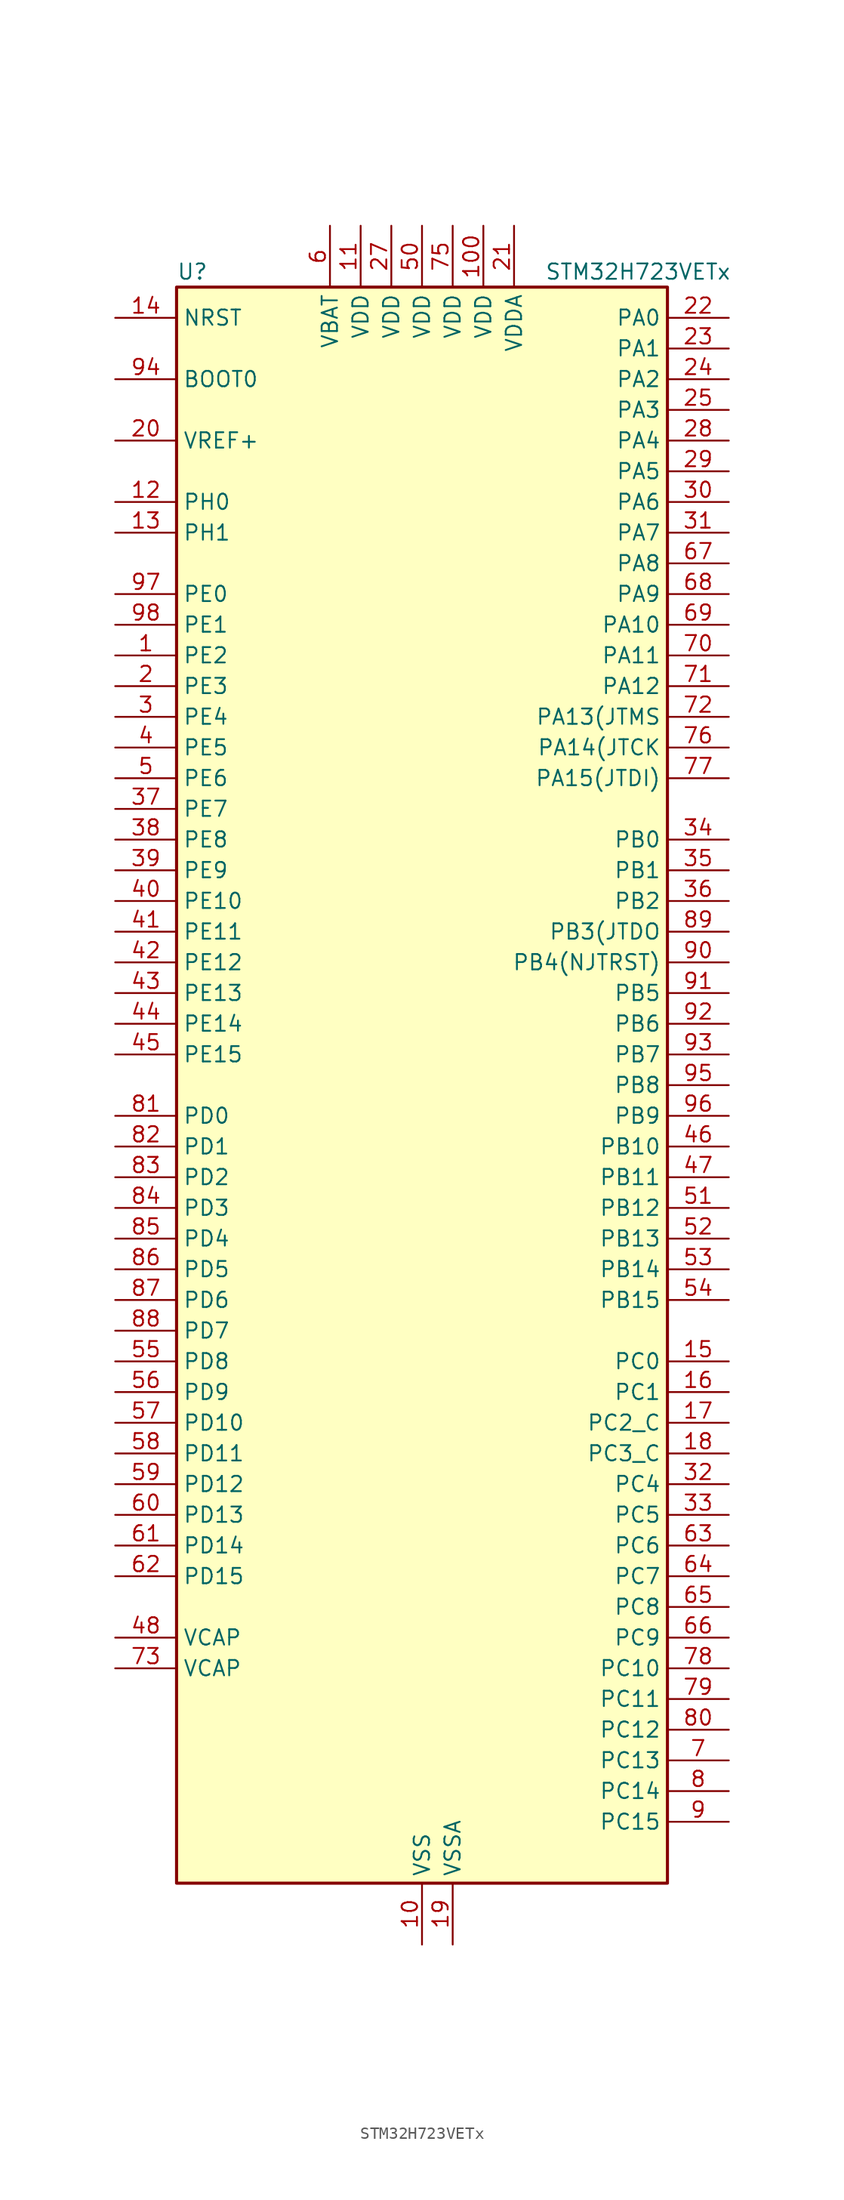
<source format=kicad_sym>
(kicad_symbol_lib
  (version 20231120)
  (generator "kicad_symbol_editor")
  (generator_version "8.0")
  (symbol "STM32H723VETx"
    (property "Reference" "U"
      (at -20.32 67.31 0)
      (effects (font (size 1.27 1.27)) (justify left)))
    (property "Value" "STM32H723VETx"
      (at 10.16 67.31 0)
      (effects (font (size 1.27 1.27)) (justify left)))
    (property "ki_locked" ""
      (at 0 0 0)
      (effects (font (size 1.27 1.27))))
    (symbol "STM32H723VETx_0_1"
      (rectangle (start -20.32 -66.04) (end 20.32 66.04) (stroke (width 0.254) (type default)) (fill (type background))))
    (symbol "STM32H723VETx_1_1"
      (pin bidirectional line (at -25.4 35.56 0) (length 5.08) (name "PE2" (effects (font (size 1.27 1.27)))) (number "1" (effects (font (size 1.27 1.27)))) (alternate "DEBUG_TRACECLK" bidirectional line) (alternate "ETH_TXD3" bidirectional line) (alternate "FMC_A23" bidirectional line) (alternate "OCTOSPIM_P1_IO2" bidirectional line) (alternate "SAI1_CK1" bidirectional line) (alternate "SAI1_MCLK_A" bidirectional line) (alternate "SAI4_CK1" bidirectional line) (alternate "SAI4_MCLK_A" bidirectional line) (alternate "SPI4_SCK" bidirectional line) (alternate "USART10_RX" bidirectional line))
      (pin power_in line (at 0 -71.12 90) (length 5.08) (name "VSS" (effects (font (size 1.27 1.27)))) (number "10" (effects (font (size 1.27 1.27)))))
      (pin power_in line (at 5.08 71.12 270) (length 5.08) (name "VDD" (effects (font (size 1.27 1.27)))) (number "100" (effects (font (size 1.27 1.27)))))
      (pin power_in line (at -5.08 71.12 270) (length 5.08) (name "VDD" (effects (font (size 1.27 1.27)))) (number "11" (effects (font (size 1.27 1.27)))))
      (pin bidirectional line (at -25.4 48.26 0) (length 5.08) (name "PH0" (effects (font (size 1.27 1.27)))) (number "12" (effects (font (size 1.27 1.27)))) (alternate "RCC_OSC_IN" bidirectional line))
      (pin bidirectional line (at -25.4 45.72 0) (length 5.08) (name "PH1" (effects (font (size 1.27 1.27)))) (number "13" (effects (font (size 1.27 1.27)))) (alternate "RCC_OSC_OUT" bidirectional line))
      (pin input line (at -25.4 63.5 0) (length 5.08) (name "NRST" (effects (font (size 1.27 1.27)))) (number "14" (effects (font (size 1.27 1.27)))))
      (pin bidirectional line (at 25.4 -22.86 180) (length 5.08) (name "PC0" (effects (font (size 1.27 1.27)))) (number "15" (effects (font (size 1.27 1.27)))) (alternate "ADC1_INP10" bidirectional line) (alternate "ADC2_INP10" bidirectional line) (alternate "ADC3_INP10" bidirectional line) (alternate "DFSDM1_CKIN0" bidirectional line) (alternate "DFSDM1_DATIN4" bidirectional line) (alternate "FMC_A25" bidirectional line) (alternate "FMC_D12" bidirectional line) (alternate "FMC_DA12" bidirectional line) (alternate "FMC_SDNWE" bidirectional line) (alternate "LTDC_G2" bidirectional line) (alternate "LTDC_R5" bidirectional line) (alternate "SAI4_FS_B" bidirectional line) (alternate "USB_OTG_HS_ULPI_STP" bidirectional line))
      (pin bidirectional line (at 25.4 -25.4 180) (length 5.08) (name "PC1" (effects (font (size 1.27 1.27)))) (number "16" (effects (font (size 1.27 1.27)))) (alternate "ADC1_INN10" bidirectional line) (alternate "ADC1_INP11" bidirectional line) (alternate "ADC2_INN10" bidirectional line) (alternate "ADC2_INP11" bidirectional line) (alternate "ADC3_INN10" bidirectional line) (alternate "ADC3_INP11" bidirectional line) (alternate "DEBUG_TRACED0" bidirectional line) (alternate "DFSDM1_CKIN4" bidirectional line) (alternate "DFSDM1_DATIN0" bidirectional line) (alternate "ETH_MDC" bidirectional line) (alternate "I2S2_SDO" bidirectional line) (alternate "LTDC_G5" bidirectional line) (alternate "MDIOS_MDC" bidirectional line) (alternate "OCTOSPIM_P1_IO4" bidirectional line) (alternate "PWR_WKUP6" bidirectional line) (alternate "RTC_TAMP3" bidirectional line) (alternate "SAI1_D1" bidirectional line) (alternate "SAI1_SD_A" bidirectional line) (alternate "SAI4_D1" bidirectional line) (alternate "SAI4_SD_A" bidirectional line) (alternate "SDMMC2_CK" bidirectional line) (alternate "SPI2_MOSI" bidirectional line))
      (pin bidirectional line (at 25.4 -27.94 180) (length 5.08) (name "PC2_C" (effects (font (size 1.27 1.27)))) (number "17" (effects (font (size 1.27 1.27)))) (alternate "ADC3_INN1" bidirectional line) (alternate "ADC3_INP0" bidirectional line) (alternate "DFSDM1_CKIN1" bidirectional line) (alternate "DFSDM1_CKOUT" bidirectional line) (alternate "ETH_TXD2" bidirectional line) (alternate "FMC_SDNE0" bidirectional line) (alternate "I2S2_SDI" bidirectional line) (alternate "OCTOSPIM_P1_IO2" bidirectional line) (alternate "OCTOSPIM_P1_IO5" bidirectional line) (alternate "PWR_CSTOP" bidirectional line) (alternate "SPI2_MISO" bidirectional line) (alternate "USB_OTG_HS_ULPI_DIR" bidirectional line))
      (pin bidirectional line (at 25.4 -30.48 180) (length 5.08) (name "PC3_C" (effects (font (size 1.27 1.27)))) (number "18" (effects (font (size 1.27 1.27)))) (alternate "ADC3_INP1" bidirectional line) (alternate "DFSDM1_DATIN1" bidirectional line) (alternate "ETH_TX_CLK" bidirectional line) (alternate "FMC_SDCKE0" bidirectional line) (alternate "I2S2_SDO" bidirectional line) (alternate "OCTOSPIM_P1_IO0" bidirectional line) (alternate "OCTOSPIM_P1_IO6" bidirectional line) (alternate "PWR_CSLEEP" bidirectional line) (alternate "SPI2_MOSI" bidirectional line) (alternate "USB_OTG_HS_ULPI_NXT" bidirectional line))
      (pin power_in line (at 2.54 -71.12 90) (length 5.08) (name "VSSA" (effects (font (size 1.27 1.27)))) (number "19" (effects (font (size 1.27 1.27)))))
      (pin bidirectional line (at -25.4 33.02 0) (length 5.08) (name "PE3" (effects (font (size 1.27 1.27)))) (number "2" (effects (font (size 1.27 1.27)))) (alternate "DEBUG_TRACED0" bidirectional line) (alternate "FMC_A19" bidirectional line) (alternate "SAI1_SD_B" bidirectional line) (alternate "SAI4_SD_B" bidirectional line) (alternate "TIM15_BKIN" bidirectional line) (alternate "USART10_TX" bidirectional line))
      (pin input line (at -25.4 53.34 0) (length 5.08) (name "VREF+" (effects (font (size 1.27 1.27)))) (number "20" (effects (font (size 1.27 1.27)))) (alternate "VREFBUF_OUT" bidirectional line))
      (pin power_in line (at 7.62 71.12 270) (length 5.08) (name "VDDA" (effects (font (size 1.27 1.27)))) (number "21" (effects (font (size 1.27 1.27)))))
      (pin bidirectional line (at 25.4 63.5 180) (length 5.08) (name "PA0" (effects (font (size 1.27 1.27)))) (number "22" (effects (font (size 1.27 1.27)))) (alternate "ADC1_INP16" bidirectional line) (alternate "ETH_CRS" bidirectional line) (alternate "FMC_A19" bidirectional line) (alternate "I2S6_WS" bidirectional line) (alternate "PWR_WKUP1" bidirectional line) (alternate "SAI4_SD_B" bidirectional line) (alternate "SDMMC2_CMD" bidirectional line) (alternate "SPI6_NSS" bidirectional line) (alternate "TIM15_BKIN" bidirectional line) (alternate "TIM2_CH1" bidirectional line) (alternate "TIM2_ETR" bidirectional line) (alternate "TIM5_CH1" bidirectional line) (alternate "TIM8_ETR" bidirectional line) (alternate "UART4_TX" bidirectional line) (alternate "USART2_CTS" bidirectional line) (alternate "USART2_NSS" bidirectional line))
      (pin bidirectional line (at 25.4 60.96 180) (length 5.08) (name "PA1" (effects (font (size 1.27 1.27)))) (number "23" (effects (font (size 1.27 1.27)))) (alternate "ADC1_INN16" bidirectional line) (alternate "ADC1_INP17" bidirectional line) (alternate "ETH_REF_CLK" bidirectional line) (alternate "ETH_RX_CLK" bidirectional line) (alternate "LPTIM3_OUT" bidirectional line) (alternate "LTDC_R2" bidirectional line) (alternate "OCTOSPIM_P1_DQS" bidirectional line) (alternate "OCTOSPIM_P1_IO3" bidirectional line) (alternate "SAI4_MCLK_B" bidirectional line) (alternate "TIM15_CH1N" bidirectional line) (alternate "TIM2_CH2" bidirectional line) (alternate "TIM5_CH2" bidirectional line) (alternate "UART4_RX" bidirectional line) (alternate "USART2_DE" bidirectional line) (alternate "USART2_RTS" bidirectional line))
      (pin bidirectional line (at 25.4 58.42 180) (length 5.08) (name "PA2" (effects (font (size 1.27 1.27)))) (number "24" (effects (font (size 1.27 1.27)))) (alternate "ADC1_INP14" bidirectional line) (alternate "ADC2_INP14" bidirectional line) (alternate "ETH_MDIO" bidirectional line) (alternate "LPTIM4_OUT" bidirectional line) (alternate "LTDC_R1" bidirectional line) (alternate "MDIOS_MDIO" bidirectional line) (alternate "OCTOSPIM_P1_IO0" bidirectional line) (alternate "PWR_WKUP2" bidirectional line) (alternate "SAI4_SCK_B" bidirectional line) (alternate "TIM15_CH1" bidirectional line) (alternate "TIM2_CH3" bidirectional line) (alternate "TIM5_CH3" bidirectional line) (alternate "USART2_TX" bidirectional line))
      (pin bidirectional line (at 25.4 55.88 180) (length 5.08) (name "PA3" (effects (font (size 1.27 1.27)))) (number "25" (effects (font (size 1.27 1.27)))) (alternate "ADC1_INP15" bidirectional line) (alternate "ADC2_INP15" bidirectional line) (alternate "ETH_COL" bidirectional line) (alternate "I2S6_MCK" bidirectional line) (alternate "LPTIM5_OUT" bidirectional line) (alternate "LTDC_B2" bidirectional line) (alternate "LTDC_B5" bidirectional line) (alternate "OCTOSPIM_P1_CLK" bidirectional line) (alternate "OCTOSPIM_P1_IO2" bidirectional line) (alternate "TIM15_CH2" bidirectional line) (alternate "TIM2_CH4" bidirectional line) (alternate "TIM5_CH4" bidirectional line) (alternate "USART2_RX" bidirectional line) (alternate "USB_OTG_HS_ULPI_D0" bidirectional line))
      (pin passive line (at 0 -71.12 90) (length 5.08) hide (name "VSS" (effects (font (size 1.27 1.27)))) (number "26" (effects (font (size 1.27 1.27)))))
      (pin power_in line (at -2.54 71.12 270) (length 5.08) (name "VDD" (effects (font (size 1.27 1.27)))) (number "27" (effects (font (size 1.27 1.27)))))
      (pin bidirectional line (at 25.4 53.34 180) (length 5.08) (name "PA4" (effects (font (size 1.27 1.27)))) (number "28" (effects (font (size 1.27 1.27)))) (alternate "ADC1_INP18" bidirectional line) (alternate "ADC2_INP18" bidirectional line) (alternate "DAC1_OUT1" bidirectional line) (alternate "DCMI_HSYNC" bidirectional line) (alternate "FMC_D8" bidirectional line) (alternate "FMC_DA8" bidirectional line) (alternate "I2S1_WS" bidirectional line) (alternate "I2S3_WS" bidirectional line) (alternate "I2S6_WS" bidirectional line) (alternate "LTDC_VSYNC" bidirectional line) (alternate "PSSI_DE" bidirectional line) (alternate "SPI1_NSS" bidirectional line) (alternate "SPI3_NSS" bidirectional line) (alternate "SPI6_NSS" bidirectional line) (alternate "TIM5_ETR" bidirectional line) (alternate "USART2_CK" bidirectional line))
      (pin bidirectional line (at 25.4 50.8 180) (length 5.08) (name "PA5" (effects (font (size 1.27 1.27)))) (number "29" (effects (font (size 1.27 1.27)))) (alternate "ADC1_INN18" bidirectional line) (alternate "ADC1_INP19" bidirectional line) (alternate "ADC2_INN18" bidirectional line) (alternate "ADC2_INP19" bidirectional line) (alternate "DAC1_OUT2" bidirectional line) (alternate "FMC_D9" bidirectional line) (alternate "FMC_DA9" bidirectional line) (alternate "I2S1_CK" bidirectional line) (alternate "I2S6_CK" bidirectional line) (alternate "LTDC_R4" bidirectional line) (alternate "PSSI_D14" bidirectional line) (alternate "PWR_NDSTOP2" bidirectional line) (alternate "SPI1_SCK" bidirectional line) (alternate "SPI6_SCK" bidirectional line) (alternate "TIM2_CH1" bidirectional line) (alternate "TIM2_ETR" bidirectional line) (alternate "TIM8_CH1N" bidirectional line) (alternate "USB_OTG_HS_ULPI_CK" bidirectional line))
      (pin bidirectional line (at -25.4 30.48 0) (length 5.08) (name "PE4" (effects (font (size 1.27 1.27)))) (number "3" (effects (font (size 1.27 1.27)))) (alternate "DCMI_D4" bidirectional line) (alternate "DEBUG_TRACED1" bidirectional line) (alternate "DFSDM1_DATIN3" bidirectional line) (alternate "FMC_A20" bidirectional line) (alternate "LTDC_B0" bidirectional line) (alternate "PSSI_D4" bidirectional line) (alternate "SAI1_D2" bidirectional line) (alternate "SAI1_FS_A" bidirectional line) (alternate "SAI4_D2" bidirectional line) (alternate "SAI4_FS_A" bidirectional line) (alternate "SPI4_NSS" bidirectional line) (alternate "TIM15_CH1N" bidirectional line))
      (pin bidirectional line (at 25.4 48.26 180) (length 5.08) (name "PA6" (effects (font (size 1.27 1.27)))) (number "30" (effects (font (size 1.27 1.27)))) (alternate "ADC1_INP3" bidirectional line) (alternate "ADC2_INP3" bidirectional line) (alternate "DCMI_PIXCLK" bidirectional line) (alternate "I2S1_SDI" bidirectional line) (alternate "I2S6_SDI" bidirectional line) (alternate "LTDC_G2" bidirectional line) (alternate "MDIOS_MDC" bidirectional line) (alternate "OCTOSPIM_P1_IO3" bidirectional line) (alternate "PSSI_PDCK" bidirectional line) (alternate "SPI1_MISO" bidirectional line) (alternate "SPI6_MISO" bidirectional line) (alternate "TIM13_CH1" bidirectional line) (alternate "TIM1_BKIN" bidirectional line) (alternate "TIM1_BKIN_COMP1" bidirectional line) (alternate "TIM1_BKIN_COMP2" bidirectional line) (alternate "TIM3_CH1" bidirectional line) (alternate "TIM8_BKIN" bidirectional line) (alternate "TIM8_BKIN_COMP1" bidirectional line) (alternate "TIM8_BKIN_COMP2" bidirectional line))
      (pin bidirectional line (at 25.4 45.72 180) (length 5.08) (name "PA7" (effects (font (size 1.27 1.27)))) (number "31" (effects (font (size 1.27 1.27)))) (alternate "ADC1_INN3" bidirectional line) (alternate "ADC1_INP7" bidirectional line) (alternate "ADC2_INN3" bidirectional line) (alternate "ADC2_INP7" bidirectional line) (alternate "ETH_CRS_DV" bidirectional line) (alternate "ETH_RX_DV" bidirectional line) (alternate "FMC_SDNWE" bidirectional line) (alternate "I2S1_SDO" bidirectional line) (alternate "I2S6_SDO" bidirectional line) (alternate "LTDC_VSYNC" bidirectional line) (alternate "OCTOSPIM_P1_IO2" bidirectional line) (alternate "OPAMP1_VINM" bidirectional line) (alternate "SPI1_MOSI" bidirectional line) (alternate "SPI6_MOSI" bidirectional line) (alternate "TIM14_CH1" bidirectional line) (alternate "TIM1_CH1N" bidirectional line) (alternate "TIM3_CH2" bidirectional line) (alternate "TIM8_CH1N" bidirectional line))
      (pin bidirectional line (at 25.4 -33.02 180) (length 5.08) (name "PC4" (effects (font (size 1.27 1.27)))) (number "32" (effects (font (size 1.27 1.27)))) (alternate "ADC1_INP4" bidirectional line) (alternate "ADC2_INP4" bidirectional line) (alternate "COMP1_INM" bidirectional line) (alternate "DFSDM1_CKIN2" bidirectional line) (alternate "ETH_RXD0" bidirectional line) (alternate "FMC_A22" bidirectional line) (alternate "FMC_SDNE0" bidirectional line) (alternate "I2S1_MCK" bidirectional line) (alternate "LTDC_R7" bidirectional line) (alternate "OPAMP1_VOUT" bidirectional line) (alternate "SDMMC2_CKIN" bidirectional line) (alternate "SPDIFRX1_IN2" bidirectional line))
      (pin bidirectional line (at 25.4 -35.56 180) (length 5.08) (name "PC5" (effects (font (size 1.27 1.27)))) (number "33" (effects (font (size 1.27 1.27)))) (alternate "ADC1_INN4" bidirectional line) (alternate "ADC1_INP8" bidirectional line) (alternate "ADC2_INN4" bidirectional line) (alternate "ADC2_INP8" bidirectional line) (alternate "COMP1_OUT" bidirectional line) (alternate "DFSDM1_DATIN2" bidirectional line) (alternate "ETH_RXD1" bidirectional line) (alternate "FMC_SDCKE0" bidirectional line) (alternate "LTDC_DE" bidirectional line) (alternate "OCTOSPIM_P1_DQS" bidirectional line) (alternate "OPAMP1_VINM" bidirectional line) (alternate "PSSI_D15" bidirectional line) (alternate "SAI1_D3" bidirectional line) (alternate "SAI4_D3" bidirectional line) (alternate "SPDIFRX1_IN3" bidirectional line))
      (pin bidirectional line (at 25.4 20.32 180) (length 5.08) (name "PB0" (effects (font (size 1.27 1.27)))) (number "34" (effects (font (size 1.27 1.27)))) (alternate "ADC1_INN5" bidirectional line) (alternate "ADC1_INP9" bidirectional line) (alternate "ADC2_INN5" bidirectional line) (alternate "ADC2_INP9" bidirectional line) (alternate "COMP1_INP" bidirectional line) (alternate "DFSDM1_CKOUT" bidirectional line) (alternate "ETH_RXD2" bidirectional line) (alternate "LTDC_G1" bidirectional line) (alternate "LTDC_R3" bidirectional line) (alternate "OCTOSPIM_P1_IO1" bidirectional line) (alternate "OPAMP1_VINP" bidirectional line) (alternate "TIM1_CH2N" bidirectional line) (alternate "TIM3_CH3" bidirectional line) (alternate "TIM8_CH2N" bidirectional line) (alternate "UART4_CTS" bidirectional line) (alternate "USB_OTG_HS_ULPI_D1" bidirectional line))
      (pin bidirectional line (at 25.4 17.78 180) (length 5.08) (name "PB1" (effects (font (size 1.27 1.27)))) (number "35" (effects (font (size 1.27 1.27)))) (alternate "ADC1_INP5" bidirectional line) (alternate "ADC2_INP5" bidirectional line) (alternate "COMP1_INM" bidirectional line) (alternate "DFSDM1_DATIN1" bidirectional line) (alternate "ETH_RXD3" bidirectional line) (alternate "LTDC_G0" bidirectional line) (alternate "LTDC_R6" bidirectional line) (alternate "OCTOSPIM_P1_IO0" bidirectional line) (alternate "TIM1_CH3N" bidirectional line) (alternate "TIM3_CH4" bidirectional line) (alternate "TIM8_CH3N" bidirectional line) (alternate "USB_OTG_HS_ULPI_D2" bidirectional line))
      (pin bidirectional line (at 25.4 15.24 180) (length 5.08) (name "PB2" (effects (font (size 1.27 1.27)))) (number "36" (effects (font (size 1.27 1.27)))) (alternate "COMP1_INP" bidirectional line) (alternate "DFSDM1_CKIN1" bidirectional line) (alternate "ETH_TX_ER" bidirectional line) (alternate "I2S3_SDO" bidirectional line) (alternate "OCTOSPIM_P1_CLK" bidirectional line) (alternate "OCTOSPIM_P1_DQS" bidirectional line) (alternate "RTC_OUT_ALARM" bidirectional line) (alternate "RTC_OUT_CALIB" bidirectional line) (alternate "SAI1_D1" bidirectional line) (alternate "SAI1_SD_A" bidirectional line) (alternate "SAI4_D1" bidirectional line) (alternate "SAI4_SD_A" bidirectional line) (alternate "SPI3_MOSI" bidirectional line) (alternate "TIM23_ETR" bidirectional line))
      (pin bidirectional line (at -25.4 22.86 0) (length 5.08) (name "PE7" (effects (font (size 1.27 1.27)))) (number "37" (effects (font (size 1.27 1.27)))) (alternate "COMP2_INM" bidirectional line) (alternate "DFSDM1_DATIN2" bidirectional line) (alternate "FMC_D4" bidirectional line) (alternate "FMC_DA4" bidirectional line) (alternate "OCTOSPIM_P1_IO4" bidirectional line) (alternate "OPAMP2_VOUT" bidirectional line) (alternate "TIM1_ETR" bidirectional line) (alternate "UART7_RX" bidirectional line))
      (pin bidirectional line (at -25.4 20.32 0) (length 5.08) (name "PE8" (effects (font (size 1.27 1.27)))) (number "38" (effects (font (size 1.27 1.27)))) (alternate "COMP2_OUT" bidirectional line) (alternate "DFSDM1_CKIN2" bidirectional line) (alternate "FMC_D5" bidirectional line) (alternate "FMC_DA5" bidirectional line) (alternate "OCTOSPIM_P1_IO5" bidirectional line) (alternate "OPAMP2_VINM" bidirectional line) (alternate "TIM1_CH1N" bidirectional line) (alternate "UART7_TX" bidirectional line))
      (pin bidirectional line (at -25.4 17.78 0) (length 5.08) (name "PE9" (effects (font (size 1.27 1.27)))) (number "39" (effects (font (size 1.27 1.27)))) (alternate "COMP2_INP" bidirectional line) (alternate "DAC1_EXTI9" bidirectional line) (alternate "DFSDM1_CKOUT" bidirectional line) (alternate "FMC_D6" bidirectional line) (alternate "FMC_DA6" bidirectional line) (alternate "OCTOSPIM_P1_IO6" bidirectional line) (alternate "OPAMP2_VINP" bidirectional line) (alternate "TIM1_CH1" bidirectional line) (alternate "UART7_DE" bidirectional line) (alternate "UART7_RTS" bidirectional line))
      (pin bidirectional line (at -25.4 27.94 0) (length 5.08) (name "PE5" (effects (font (size 1.27 1.27)))) (number "4" (effects (font (size 1.27 1.27)))) (alternate "DCMI_D6" bidirectional line) (alternate "DEBUG_TRACED2" bidirectional line) (alternate "DFSDM1_CKIN3" bidirectional line) (alternate "FMC_A21" bidirectional line) (alternate "LTDC_G0" bidirectional line) (alternate "PSSI_D6" bidirectional line) (alternate "SAI1_CK2" bidirectional line) (alternate "SAI1_SCK_A" bidirectional line) (alternate "SAI4_CK2" bidirectional line) (alternate "SAI4_SCK_A" bidirectional line) (alternate "SPI4_MISO" bidirectional line) (alternate "TIM15_CH1" bidirectional line))
      (pin bidirectional line (at -25.4 15.24 0) (length 5.08) (name "PE10" (effects (font (size 1.27 1.27)))) (number "40" (effects (font (size 1.27 1.27)))) (alternate "COMP2_INM" bidirectional line) (alternate "DFSDM1_DATIN4" bidirectional line) (alternate "FMC_D7" bidirectional line) (alternate "FMC_DA7" bidirectional line) (alternate "OCTOSPIM_P1_IO7" bidirectional line) (alternate "TIM1_CH2N" bidirectional line) (alternate "UART7_CTS" bidirectional line))
      (pin bidirectional line (at -25.4 12.7 0) (length 5.08) (name "PE11" (effects (font (size 1.27 1.27)))) (number "41" (effects (font (size 1.27 1.27)))) (alternate "ADC1_EXTI11" bidirectional line) (alternate "ADC2_EXTI11" bidirectional line) (alternate "ADC3_EXTI11" bidirectional line) (alternate "COMP2_INP" bidirectional line) (alternate "DFSDM1_CKIN4" bidirectional line) (alternate "FMC_D8" bidirectional line) (alternate "FMC_DA8" bidirectional line) (alternate "LTDC_G3" bidirectional line) (alternate "OCTOSPIM_P1_NCS" bidirectional line) (alternate "SAI4_SD_B" bidirectional line) (alternate "SPI4_NSS" bidirectional line) (alternate "TIM1_CH2" bidirectional line))
      (pin bidirectional line (at -25.4 10.16 0) (length 5.08) (name "PE12" (effects (font (size 1.27 1.27)))) (number "42" (effects (font (size 1.27 1.27)))) (alternate "COMP1_OUT" bidirectional line) (alternate "DFSDM1_DATIN5" bidirectional line) (alternate "FMC_D9" bidirectional line) (alternate "FMC_DA9" bidirectional line) (alternate "LTDC_B4" bidirectional line) (alternate "SAI4_SCK_B" bidirectional line) (alternate "SPI4_SCK" bidirectional line) (alternate "TIM1_CH3N" bidirectional line))
      (pin bidirectional line (at -25.4 7.62 0) (length 5.08) (name "PE13" (effects (font (size 1.27 1.27)))) (number "43" (effects (font (size 1.27 1.27)))) (alternate "COMP2_OUT" bidirectional line) (alternate "DFSDM1_CKIN5" bidirectional line) (alternate "FMC_D10" bidirectional line) (alternate "FMC_DA10" bidirectional line) (alternate "LTDC_DE" bidirectional line) (alternate "SAI4_FS_B" bidirectional line) (alternate "SPI4_MISO" bidirectional line) (alternate "TIM1_CH3" bidirectional line))
      (pin bidirectional line (at -25.4 5.08 0) (length 5.08) (name "PE14" (effects (font (size 1.27 1.27)))) (number "44" (effects (font (size 1.27 1.27)))) (alternate "FMC_D11" bidirectional line) (alternate "FMC_DA11" bidirectional line) (alternate "LTDC_CLK" bidirectional line) (alternate "SAI4_MCLK_B" bidirectional line) (alternate "SPI4_MOSI" bidirectional line) (alternate "TIM1_CH4" bidirectional line))
      (pin bidirectional line (at -25.4 2.54 0) (length 5.08) (name "PE15" (effects (font (size 1.27 1.27)))) (number "45" (effects (font (size 1.27 1.27)))) (alternate "ADC1_EXTI15" bidirectional line) (alternate "ADC2_EXTI15" bidirectional line) (alternate "ADC3_EXTI15" bidirectional line) (alternate "FMC_D12" bidirectional line) (alternate "FMC_DA12" bidirectional line) (alternate "LTDC_R7" bidirectional line) (alternate "TIM1_BKIN" bidirectional line) (alternate "TIM1_BKIN_COMP1" bidirectional line) (alternate "TIM1_BKIN_COMP2" bidirectional line) (alternate "USART10_CK" bidirectional line))
      (pin bidirectional line (at 25.4 -5.08 180) (length 5.08) (name "PB10" (effects (font (size 1.27 1.27)))) (number "46" (effects (font (size 1.27 1.27)))) (alternate "DFSDM1_DATIN7" bidirectional line) (alternate "ETH_RX_ER" bidirectional line) (alternate "I2C2_SCL" bidirectional line) (alternate "I2S2_CK" bidirectional line) (alternate "LPTIM2_IN1" bidirectional line) (alternate "LTDC_G4" bidirectional line) (alternate "OCTOSPIM_P1_NCS" bidirectional line) (alternate "SPI2_SCK" bidirectional line) (alternate "TIM2_CH3" bidirectional line) (alternate "USART3_TX" bidirectional line) (alternate "USB_OTG_HS_ULPI_D3" bidirectional line))
      (pin bidirectional line (at 25.4 -7.62 180) (length 5.08) (name "PB11" (effects (font (size 1.27 1.27)))) (number "47" (effects (font (size 1.27 1.27)))) (alternate "ADC1_EXTI11" bidirectional line) (alternate "ADC2_EXTI11" bidirectional line) (alternate "ADC3_EXTI11" bidirectional line) (alternate "DFSDM1_CKIN7" bidirectional line) (alternate "ETH_TX_EN" bidirectional line) (alternate "I2C2_SDA" bidirectional line) (alternate "LPTIM2_ETR" bidirectional line) (alternate "LTDC_G5" bidirectional line) (alternate "TIM2_CH4" bidirectional line) (alternate "USART3_RX" bidirectional line) (alternate "USB_OTG_HS_ULPI_D4" bidirectional line))
      (pin power_out line (at -25.4 -45.72 0) (length 5.08) (name "VCAP" (effects (font (size 1.27 1.27)))) (number "48" (effects (font (size 1.27 1.27)))))
      (pin passive line (at 0 -71.12 90) (length 5.08) hide (name "VSS" (effects (font (size 1.27 1.27)))) (number "49" (effects (font (size 1.27 1.27)))))
      (pin bidirectional line (at -25.4 25.4 0) (length 5.08) (name "PE6" (effects (font (size 1.27 1.27)))) (number "5" (effects (font (size 1.27 1.27)))) (alternate "DCMI_D7" bidirectional line) (alternate "DEBUG_TRACED3" bidirectional line) (alternate "FMC_A22" bidirectional line) (alternate "LTDC_G1" bidirectional line) (alternate "PSSI_D7" bidirectional line) (alternate "SAI1_D1" bidirectional line) (alternate "SAI1_SD_A" bidirectional line) (alternate "SAI4_D1" bidirectional line) (alternate "SAI4_MCLK_B" bidirectional line) (alternate "SAI4_SD_A" bidirectional line) (alternate "SPI4_MOSI" bidirectional line) (alternate "TIM15_CH2" bidirectional line) (alternate "TIM1_BKIN2" bidirectional line) (alternate "TIM1_BKIN2_COMP1" bidirectional line) (alternate "TIM1_BKIN2_COMP2" bidirectional line))
      (pin power_in line (at 0 71.12 270) (length 5.08) (name "VDD" (effects (font (size 1.27 1.27)))) (number "50" (effects (font (size 1.27 1.27)))))
      (pin bidirectional line (at 25.4 -10.16 180) (length 5.08) (name "PB12" (effects (font (size 1.27 1.27)))) (number "51" (effects (font (size 1.27 1.27)))) (alternate "DFSDM1_DATIN1" bidirectional line) (alternate "ETH_TXD0" bidirectional line) (alternate "FDCAN2_RX" bidirectional line) (alternate "I2C2_SMBA" bidirectional line) (alternate "I2S2_WS" bidirectional line) (alternate "OCTOSPIM_P1_IO0" bidirectional line) (alternate "OCTOSPIM_P1_NCLK" bidirectional line) (alternate "SPI2_NSS" bidirectional line) (alternate "TIM1_BKIN" bidirectional line) (alternate "TIM1_BKIN_COMP1" bidirectional line) (alternate "TIM1_BKIN_COMP2" bidirectional line) (alternate "UART5_RX" bidirectional line) (alternate "USART3_CK" bidirectional line) (alternate "USB_OTG_HS_ULPI_D5" bidirectional line))
      (pin bidirectional line (at 25.4 -12.7 180) (length 5.08) (name "PB13" (effects (font (size 1.27 1.27)))) (number "52" (effects (font (size 1.27 1.27)))) (alternate "DCMI_D2" bidirectional line) (alternate "DFSDM1_CKIN1" bidirectional line) (alternate "ETH_TXD1" bidirectional line) (alternate "FDCAN2_TX" bidirectional line) (alternate "I2S2_CK" bidirectional line) (alternate "LPTIM2_OUT" bidirectional line) (alternate "OCTOSPIM_P1_IO2" bidirectional line) (alternate "PSSI_D2" bidirectional line) (alternate "SDMMC1_D0" bidirectional line) (alternate "SPI2_SCK" bidirectional line) (alternate "TIM1_CH1N" bidirectional line) (alternate "UART5_TX" bidirectional line) (alternate "USART3_CTS" bidirectional line) (alternate "USART3_NSS" bidirectional line) (alternate "USB_OTG_HS_ULPI_D6" bidirectional line))
      (pin bidirectional line (at 25.4 -15.24 180) (length 5.08) (name "PB14" (effects (font (size 1.27 1.27)))) (number "53" (effects (font (size 1.27 1.27)))) (alternate "DFSDM1_DATIN2" bidirectional line) (alternate "FMC_D10" bidirectional line) (alternate "FMC_DA10" bidirectional line) (alternate "I2S2_SDI" bidirectional line) (alternate "LTDC_CLK" bidirectional line) (alternate "SDMMC2_D0" bidirectional line) (alternate "SPI2_MISO" bidirectional line) (alternate "TIM12_CH1" bidirectional line) (alternate "TIM1_CH2N" bidirectional line) (alternate "TIM8_CH2N" bidirectional line) (alternate "UART4_DE" bidirectional line) (alternate "UART4_RTS" bidirectional line) (alternate "USART1_TX" bidirectional line) (alternate "USART3_DE" bidirectional line) (alternate "USART3_RTS" bidirectional line))
      (pin bidirectional line (at 25.4 -17.78 180) (length 5.08) (name "PB15" (effects (font (size 1.27 1.27)))) (number "54" (effects (font (size 1.27 1.27)))) (alternate "ADC1_EXTI15" bidirectional line) (alternate "ADC2_EXTI15" bidirectional line) (alternate "ADC3_EXTI15" bidirectional line) (alternate "DFSDM1_CKIN2" bidirectional line) (alternate "FMC_D11" bidirectional line) (alternate "FMC_DA11" bidirectional line) (alternate "I2S2_SDO" bidirectional line) (alternate "LTDC_G7" bidirectional line) (alternate "RTC_REFIN" bidirectional line) (alternate "SDMMC2_D1" bidirectional line) (alternate "SPI2_MOSI" bidirectional line) (alternate "TIM12_CH2" bidirectional line) (alternate "TIM1_CH3N" bidirectional line) (alternate "TIM8_CH3N" bidirectional line) (alternate "UART4_CTS" bidirectional line) (alternate "USART1_RX" bidirectional line))
      (pin bidirectional line (at -25.4 -22.86 0) (length 5.08) (name "PD8" (effects (font (size 1.27 1.27)))) (number "55" (effects (font (size 1.27 1.27)))) (alternate "DFSDM1_CKIN3" bidirectional line) (alternate "FMC_D13" bidirectional line) (alternate "FMC_DA13" bidirectional line) (alternate "SPDIFRX1_IN1" bidirectional line) (alternate "USART3_TX" bidirectional line))
      (pin bidirectional line (at -25.4 -25.4 0) (length 5.08) (name "PD9" (effects (font (size 1.27 1.27)))) (number "56" (effects (font (size 1.27 1.27)))) (alternate "DAC1_EXTI9" bidirectional line) (alternate "DFSDM1_DATIN3" bidirectional line) (alternate "FMC_D14" bidirectional line) (alternate "FMC_DA14" bidirectional line) (alternate "USART3_RX" bidirectional line))
      (pin bidirectional line (at -25.4 -27.94 0) (length 5.08) (name "PD10" (effects (font (size 1.27 1.27)))) (number "57" (effects (font (size 1.27 1.27)))) (alternate "DFSDM1_CKOUT" bidirectional line) (alternate "FMC_D15" bidirectional line) (alternate "FMC_DA15" bidirectional line) (alternate "LTDC_B3" bidirectional line) (alternate "USART3_CK" bidirectional line))
      (pin bidirectional line (at -25.4 -30.48 0) (length 5.08) (name "PD11" (effects (font (size 1.27 1.27)))) (number "58" (effects (font (size 1.27 1.27)))) (alternate "ADC1_EXTI11" bidirectional line) (alternate "ADC2_EXTI11" bidirectional line) (alternate "ADC3_EXTI11" bidirectional line) (alternate "FMC_A16" bidirectional line) (alternate "FMC_CLE" bidirectional line) (alternate "I2C4_SMBA" bidirectional line) (alternate "LPTIM2_IN2" bidirectional line) (alternate "OCTOSPIM_P1_IO0" bidirectional line) (alternate "SAI4_SD_A" bidirectional line) (alternate "USART3_CTS" bidirectional line) (alternate "USART3_NSS" bidirectional line))
      (pin bidirectional line (at -25.4 -33.02 0) (length 5.08) (name "PD12" (effects (font (size 1.27 1.27)))) (number "59" (effects (font (size 1.27 1.27)))) (alternate "DCMI_D12" bidirectional line) (alternate "FDCAN3_RX" bidirectional line) (alternate "FMC_A17" bidirectional line) (alternate "FMC_ALE" bidirectional line) (alternate "I2C4_SCL" bidirectional line) (alternate "LPTIM1_IN1" bidirectional line) (alternate "LPTIM2_IN1" bidirectional line) (alternate "OCTOSPIM_P1_IO1" bidirectional line) (alternate "PSSI_D12" bidirectional line) (alternate "SAI4_FS_A" bidirectional line) (alternate "TIM4_CH1" bidirectional line) (alternate "USART3_DE" bidirectional line) (alternate "USART3_RTS" bidirectional line))
      (pin power_in line (at -7.62 71.12 270) (length 5.08) (name "VBAT" (effects (font (size 1.27 1.27)))) (number "6" (effects (font (size 1.27 1.27)))))
      (pin bidirectional line (at -25.4 -35.56 0) (length 5.08) (name "PD13" (effects (font (size 1.27 1.27)))) (number "60" (effects (font (size 1.27 1.27)))) (alternate "DCMI_D13" bidirectional line) (alternate "FDCAN3_TX" bidirectional line) (alternate "FMC_A18" bidirectional line) (alternate "I2C4_SDA" bidirectional line) (alternate "LPTIM1_OUT" bidirectional line) (alternate "OCTOSPIM_P1_IO3" bidirectional line) (alternate "PSSI_D13" bidirectional line) (alternate "SAI4_SCK_A" bidirectional line) (alternate "TIM4_CH2" bidirectional line) (alternate "UART9_DE" bidirectional line) (alternate "UART9_RTS" bidirectional line))
      (pin bidirectional line (at -25.4 -38.1 0) (length 5.08) (name "PD14" (effects (font (size 1.27 1.27)))) (number "61" (effects (font (size 1.27 1.27)))) (alternate "FMC_D0" bidirectional line) (alternate "FMC_DA0" bidirectional line) (alternate "TIM4_CH3" bidirectional line) (alternate "UART8_CTS" bidirectional line) (alternate "UART9_RX" bidirectional line))
      (pin bidirectional line (at -25.4 -40.64 0) (length 5.08) (name "PD15" (effects (font (size 1.27 1.27)))) (number "62" (effects (font (size 1.27 1.27)))) (alternate "ADC1_EXTI15" bidirectional line) (alternate "ADC2_EXTI15" bidirectional line) (alternate "ADC3_EXTI15" bidirectional line) (alternate "FMC_D1" bidirectional line) (alternate "FMC_DA1" bidirectional line) (alternate "TIM4_CH4" bidirectional line) (alternate "UART8_DE" bidirectional line) (alternate "UART8_RTS" bidirectional line) (alternate "UART9_TX" bidirectional line))
      (pin bidirectional line (at 25.4 -38.1 180) (length 5.08) (name "PC6" (effects (font (size 1.27 1.27)))) (number "63" (effects (font (size 1.27 1.27)))) (alternate "DCMI_D0" bidirectional line) (alternate "DFSDM1_CKIN3" bidirectional line) (alternate "FMC_NWAIT" bidirectional line) (alternate "I2S2_MCK" bidirectional line) (alternate "LTDC_HSYNC" bidirectional line) (alternate "PSSI_D0" bidirectional line) (alternate "SDMMC1_D0DIR" bidirectional line) (alternate "SDMMC1_D6" bidirectional line) (alternate "SDMMC2_D6" bidirectional line) (alternate "SWPMI1_IO" bidirectional line) (alternate "TIM3_CH1" bidirectional line) (alternate "TIM8_CH1" bidirectional line) (alternate "USART6_TX" bidirectional line))
      (pin bidirectional line (at 25.4 -40.64 180) (length 5.08) (name "PC7" (effects (font (size 1.27 1.27)))) (number "64" (effects (font (size 1.27 1.27)))) (alternate "DCMI_D1" bidirectional line) (alternate "DEBUG_TRGIO" bidirectional line) (alternate "DFSDM1_DATIN3" bidirectional line) (alternate "FMC_NE1" bidirectional line) (alternate "I2S3_MCK" bidirectional line) (alternate "LTDC_G6" bidirectional line) (alternate "PSSI_D1" bidirectional line) (alternate "SDMMC1_D123DIR" bidirectional line) (alternate "SDMMC1_D7" bidirectional line) (alternate "SDMMC2_D7" bidirectional line) (alternate "SWPMI1_TX" bidirectional line) (alternate "TIM3_CH2" bidirectional line) (alternate "TIM8_CH2" bidirectional line) (alternate "USART6_RX" bidirectional line))
      (pin bidirectional line (at 25.4 -43.18 180) (length 5.08) (name "PC8" (effects (font (size 1.27 1.27)))) (number "65" (effects (font (size 1.27 1.27)))) (alternate "DCMI_D2" bidirectional line) (alternate "DEBUG_TRACED1" bidirectional line) (alternate "FMC_INT" bidirectional line) (alternate "FMC_NCE" bidirectional line) (alternate "FMC_NE2" bidirectional line) (alternate "PSSI_D2" bidirectional line) (alternate "SDMMC1_D0" bidirectional line) (alternate "SWPMI1_RX" bidirectional line) (alternate "TIM3_CH3" bidirectional line) (alternate "TIM8_CH3" bidirectional line) (alternate "UART5_DE" bidirectional line) (alternate "UART5_RTS" bidirectional line) (alternate "USART6_CK" bidirectional line))
      (pin bidirectional line (at 25.4 -45.72 180) (length 5.08) (name "PC9" (effects (font (size 1.27 1.27)))) (number "66" (effects (font (size 1.27 1.27)))) (alternate "DAC1_EXTI9" bidirectional line) (alternate "DCMI_D3" bidirectional line) (alternate "I2C3_SDA" bidirectional line) (alternate "I2C5_SDA" bidirectional line) (alternate "I2S_CKIN" bidirectional line) (alternate "LTDC_B2" bidirectional line) (alternate "LTDC_G3" bidirectional line) (alternate "OCTOSPIM_P1_IO0" bidirectional line) (alternate "PSSI_D3" bidirectional line) (alternate "RCC_MCO_2" bidirectional line) (alternate "SDMMC1_D1" bidirectional line) (alternate "SWPMI1_SUSPEND" bidirectional line) (alternate "TIM3_CH4" bidirectional line) (alternate "TIM8_CH4" bidirectional line) (alternate "UART5_CTS" bidirectional line))
      (pin bidirectional line (at 25.4 43.18 180) (length 5.08) (name "PA8" (effects (font (size 1.27 1.27)))) (number "67" (effects (font (size 1.27 1.27)))) (alternate "I2C3_SCL" bidirectional line) (alternate "I2C5_SCL" bidirectional line) (alternate "LTDC_B3" bidirectional line) (alternate "LTDC_R6" bidirectional line) (alternate "RCC_MCO_1" bidirectional line) (alternate "TIM1_CH1" bidirectional line) (alternate "TIM8_BKIN2" bidirectional line) (alternate "TIM8_BKIN2_COMP1" bidirectional line) (alternate "TIM8_BKIN2_COMP2" bidirectional line) (alternate "UART7_RX" bidirectional line) (alternate "USART1_CK" bidirectional line) (alternate "USB_OTG_HS_SOF" bidirectional line))
      (pin bidirectional line (at 25.4 40.64 180) (length 5.08) (name "PA9" (effects (font (size 1.27 1.27)))) (number "68" (effects (font (size 1.27 1.27)))) (alternate "DAC1_EXTI9" bidirectional line) (alternate "DCMI_D0" bidirectional line) (alternate "ETH_TX_ER" bidirectional line) (alternate "I2C3_SMBA" bidirectional line) (alternate "I2C5_SMBA" bidirectional line) (alternate "I2S2_CK" bidirectional line) (alternate "LPUART1_TX" bidirectional line) (alternate "LTDC_R5" bidirectional line) (alternate "PSSI_D0" bidirectional line) (alternate "SPI2_SCK" bidirectional line) (alternate "TIM1_CH2" bidirectional line) (alternate "USART1_TX" bidirectional line) (alternate "USB_OTG_HS_VBUS" bidirectional line))
      (pin bidirectional line (at 25.4 38.1 180) (length 5.08) (name "PA10" (effects (font (size 1.27 1.27)))) (number "69" (effects (font (size 1.27 1.27)))) (alternate "DCMI_D1" bidirectional line) (alternate "LPUART1_RX" bidirectional line) (alternate "LTDC_B1" bidirectional line) (alternate "LTDC_B4" bidirectional line) (alternate "MDIOS_MDIO" bidirectional line) (alternate "PSSI_D1" bidirectional line) (alternate "TIM1_CH3" bidirectional line) (alternate "USART1_RX" bidirectional line) (alternate "USB_OTG_HS_ID" bidirectional line))
      (pin bidirectional line (at 25.4 -55.88 180) (length 5.08) (name "PC13" (effects (font (size 1.27 1.27)))) (number "7" (effects (font (size 1.27 1.27)))) (alternate "PWR_WKUP4" bidirectional line) (alternate "RTC_OUT_ALARM" bidirectional line) (alternate "RTC_OUT_CALIB" bidirectional line) (alternate "RTC_TAMP1" bidirectional line) (alternate "RTC_TS" bidirectional line))
      (pin bidirectional line (at 25.4 35.56 180) (length 5.08) (name "PA11" (effects (font (size 1.27 1.27)))) (number "70" (effects (font (size 1.27 1.27)))) (alternate "ADC1_EXTI11" bidirectional line) (alternate "ADC2_EXTI11" bidirectional line) (alternate "ADC3_EXTI11" bidirectional line) (alternate "FDCAN1_RX" bidirectional line) (alternate "I2S2_WS" bidirectional line) (alternate "LPUART1_CTS" bidirectional line) (alternate "LTDC_R4" bidirectional line) (alternate "SPI2_NSS" bidirectional line) (alternate "TIM1_CH4" bidirectional line) (alternate "UART4_RX" bidirectional line) (alternate "USART1_CTS" bidirectional line) (alternate "USART1_NSS" bidirectional line) (alternate "USB_OTG_HS_DM" bidirectional line))
      (pin bidirectional line (at 25.4 33.02 180) (length 5.08) (name "PA12" (effects (font (size 1.27 1.27)))) (number "71" (effects (font (size 1.27 1.27)))) (alternate "FDCAN1_TX" bidirectional line) (alternate "I2S2_CK" bidirectional line) (alternate "LPUART1_DE" bidirectional line) (alternate "LPUART1_RTS" bidirectional line) (alternate "LTDC_R5" bidirectional line) (alternate "SAI4_FS_B" bidirectional line) (alternate "SPI2_SCK" bidirectional line) (alternate "TIM1_BKIN2" bidirectional line) (alternate "TIM1_ETR" bidirectional line) (alternate "UART4_TX" bidirectional line) (alternate "USART1_DE" bidirectional line) (alternate "USART1_RTS" bidirectional line) (alternate "USB_OTG_HS_DP" bidirectional line))
      (pin bidirectional line (at 25.4 30.48 180) (length 5.08) (name "PA13(JTMS" (effects (font (size 1.27 1.27)))) (number "72" (effects (font (size 1.27 1.27)))) (alternate "DEBUG_JTMS-SWDIO" bidirectional line))
      (pin power_out line (at -25.4 -48.26 0) (length 5.08) (name "VCAP" (effects (font (size 1.27 1.27)))) (number "73" (effects (font (size 1.27 1.27)))))
      (pin passive line (at 0 -71.12 90) (length 5.08) hide (name "VSS" (effects (font (size 1.27 1.27)))) (number "74" (effects (font (size 1.27 1.27)))))
      (pin power_in line (at 2.54 71.12 270) (length 5.08) (name "VDD" (effects (font (size 1.27 1.27)))) (number "75" (effects (font (size 1.27 1.27)))))
      (pin bidirectional line (at 25.4 27.94 180) (length 5.08) (name "PA14(JTCK" (effects (font (size 1.27 1.27)))) (number "76" (effects (font (size 1.27 1.27)))) (alternate "DEBUG_JTCK-SWCLK" bidirectional line))
      (pin bidirectional line (at 25.4 25.4 180) (length 5.08) (name "PA15(JTDI)" (effects (font (size 1.27 1.27)))) (number "77" (effects (font (size 1.27 1.27)))) (alternate "ADC1_EXTI15" bidirectional line) (alternate "ADC2_EXTI15" bidirectional line) (alternate "ADC3_EXTI15" bidirectional line) (alternate "CEC" bidirectional line) (alternate "DEBUG_JTDI" bidirectional line) (alternate "I2S1_WS" bidirectional line) (alternate "I2S3_WS" bidirectional line) (alternate "I2S6_WS" bidirectional line) (alternate "LTDC_B6" bidirectional line) (alternate "LTDC_R3" bidirectional line) (alternate "SPI1_NSS" bidirectional line) (alternate "SPI3_NSS" bidirectional line) (alternate "SPI6_NSS" bidirectional line) (alternate "TIM2_CH1" bidirectional line) (alternate "TIM2_ETR" bidirectional line) (alternate "UART4_DE" bidirectional line) (alternate "UART4_RTS" bidirectional line) (alternate "UART7_TX" bidirectional line))
      (pin bidirectional line (at 25.4 -48.26 180) (length 5.08) (name "PC10" (effects (font (size 1.27 1.27)))) (number "78" (effects (font (size 1.27 1.27)))) (alternate "DCMI_D8" bidirectional line) (alternate "DFSDM1_CKIN5" bidirectional line) (alternate "I2C5_SDA" bidirectional line) (alternate "I2S3_CK" bidirectional line) (alternate "LTDC_B1" bidirectional line) (alternate "LTDC_R2" bidirectional line) (alternate "OCTOSPIM_P1_IO1" bidirectional line) (alternate "PSSI_D8" bidirectional line) (alternate "SDMMC1_D2" bidirectional line) (alternate "SPI3_SCK" bidirectional line) (alternate "SWPMI1_RX" bidirectional line) (alternate "UART4_TX" bidirectional line) (alternate "USART3_TX" bidirectional line))
      (pin bidirectional line (at 25.4 -50.8 180) (length 5.08) (name "PC11" (effects (font (size 1.27 1.27)))) (number "79" (effects (font (size 1.27 1.27)))) (alternate "ADC1_EXTI11" bidirectional line) (alternate "ADC2_EXTI11" bidirectional line) (alternate "ADC3_EXTI11" bidirectional line) (alternate "DCMI_D4" bidirectional line) (alternate "DFSDM1_DATIN5" bidirectional line) (alternate "I2C5_SCL" bidirectional line) (alternate "I2S3_SDI" bidirectional line) (alternate "LTDC_B4" bidirectional line) (alternate "OCTOSPIM_P1_NCS" bidirectional line) (alternate "PSSI_D4" bidirectional line) (alternate "SDMMC1_D3" bidirectional line) (alternate "SPI3_MISO" bidirectional line) (alternate "UART4_RX" bidirectional line) (alternate "USART3_RX" bidirectional line))
      (pin bidirectional line (at 25.4 -58.42 180) (length 5.08) (name "PC14" (effects (font (size 1.27 1.27)))) (number "8" (effects (font (size 1.27 1.27)))) (alternate "RCC_OSC32_IN" bidirectional line))
      (pin bidirectional line (at 25.4 -53.34 180) (length 5.08) (name "PC12" (effects (font (size 1.27 1.27)))) (number "80" (effects (font (size 1.27 1.27)))) (alternate "DCMI_D9" bidirectional line) (alternate "DEBUG_TRACED3" bidirectional line) (alternate "FMC_D6" bidirectional line) (alternate "FMC_DA6" bidirectional line) (alternate "I2C5_SMBA" bidirectional line) (alternate "I2S3_SDO" bidirectional line) (alternate "I2S6_CK" bidirectional line) (alternate "LTDC_R6" bidirectional line) (alternate "PSSI_D9" bidirectional line) (alternate "SDMMC1_CK" bidirectional line) (alternate "SPI3_MOSI" bidirectional line) (alternate "SPI6_SCK" bidirectional line) (alternate "TIM15_CH1" bidirectional line) (alternate "UART5_TX" bidirectional line) (alternate "USART3_CK" bidirectional line))
      (pin bidirectional line (at -25.4 -2.54 0) (length 5.08) (name "PD0" (effects (font (size 1.27 1.27)))) (number "81" (effects (font (size 1.27 1.27)))) (alternate "DFSDM1_CKIN6" bidirectional line) (alternate "FDCAN1_RX" bidirectional line) (alternate "FMC_D2" bidirectional line) (alternate "FMC_DA2" bidirectional line) (alternate "LTDC_B1" bidirectional line) (alternate "UART4_RX" bidirectional line) (alternate "UART9_CTS" bidirectional line))
      (pin bidirectional line (at -25.4 -5.08 0) (length 5.08) (name "PD1" (effects (font (size 1.27 1.27)))) (number "82" (effects (font (size 1.27 1.27)))) (alternate "DFSDM1_DATIN6" bidirectional line) (alternate "FDCAN1_TX" bidirectional line) (alternate "FMC_D3" bidirectional line) (alternate "FMC_DA3" bidirectional line) (alternate "UART4_TX" bidirectional line))
      (pin bidirectional line (at -25.4 -7.62 0) (length 5.08) (name "PD2" (effects (font (size 1.27 1.27)))) (number "83" (effects (font (size 1.27 1.27)))) (alternate "DCMI_D11" bidirectional line) (alternate "DEBUG_TRACED2" bidirectional line) (alternate "FMC_D7" bidirectional line) (alternate "FMC_DA7" bidirectional line) (alternate "LTDC_B2" bidirectional line) (alternate "LTDC_B7" bidirectional line) (alternate "PSSI_D11" bidirectional line) (alternate "SDMMC1_CMD" bidirectional line) (alternate "TIM15_BKIN" bidirectional line) (alternate "TIM3_ETR" bidirectional line) (alternate "UART5_RX" bidirectional line))
      (pin bidirectional line (at -25.4 -10.16 0) (length 5.08) (name "PD3" (effects (font (size 1.27 1.27)))) (number "84" (effects (font (size 1.27 1.27)))) (alternate "DCMI_D5" bidirectional line) (alternate "DFSDM1_CKOUT" bidirectional line) (alternate "FMC_CLK" bidirectional line) (alternate "I2S2_CK" bidirectional line) (alternate "LTDC_G7" bidirectional line) (alternate "PSSI_D5" bidirectional line) (alternate "SPI2_SCK" bidirectional line) (alternate "USART2_CTS" bidirectional line) (alternate "USART2_NSS" bidirectional line))
      (pin bidirectional line (at -25.4 -12.7 0) (length 5.08) (name "PD4" (effects (font (size 1.27 1.27)))) (number "85" (effects (font (size 1.27 1.27)))) (alternate "FMC_NOE" bidirectional line) (alternate "OCTOSPIM_P1_IO4" bidirectional line) (alternate "USART2_DE" bidirectional line) (alternate "USART2_RTS" bidirectional line))
      (pin bidirectional line (at -25.4 -15.24 0) (length 5.08) (name "PD5" (effects (font (size 1.27 1.27)))) (number "86" (effects (font (size 1.27 1.27)))) (alternate "FMC_NWE" bidirectional line) (alternate "OCTOSPIM_P1_IO5" bidirectional line) (alternate "USART2_TX" bidirectional line))
      (pin bidirectional line (at -25.4 -17.78 0) (length 5.08) (name "PD6" (effects (font (size 1.27 1.27)))) (number "87" (effects (font (size 1.27 1.27)))) (alternate "DCMI_D10" bidirectional line) (alternate "DFSDM1_CKIN4" bidirectional line) (alternate "DFSDM1_DATIN1" bidirectional line) (alternate "FMC_NWAIT" bidirectional line) (alternate "I2S3_SDO" bidirectional line) (alternate "LTDC_B2" bidirectional line) (alternate "OCTOSPIM_P1_IO6" bidirectional line) (alternate "PSSI_D10" bidirectional line) (alternate "SAI1_D1" bidirectional line) (alternate "SAI1_SD_A" bidirectional line) (alternate "SAI4_D1" bidirectional line) (alternate "SAI4_SD_A" bidirectional line) (alternate "SDMMC2_CK" bidirectional line) (alternate "SPI3_MOSI" bidirectional line) (alternate "USART2_RX" bidirectional line))
      (pin bidirectional line (at -25.4 -20.32 0) (length 5.08) (name "PD7" (effects (font (size 1.27 1.27)))) (number "88" (effects (font (size 1.27 1.27)))) (alternate "DFSDM1_CKIN1" bidirectional line) (alternate "DFSDM1_DATIN4" bidirectional line) (alternate "FMC_NE1" bidirectional line) (alternate "I2S1_SDO" bidirectional line) (alternate "OCTOSPIM_P1_IO7" bidirectional line) (alternate "SDMMC2_CMD" bidirectional line) (alternate "SPDIFRX1_IN0" bidirectional line) (alternate "SPI1_MOSI" bidirectional line) (alternate "USART2_CK" bidirectional line))
      (pin bidirectional line (at 25.4 12.7 180) (length 5.08) (name "PB3(JTDO" (effects (font (size 1.27 1.27)))) (number "89" (effects (font (size 1.27 1.27)))) (alternate "CRS_SYNC" bidirectional line) (alternate "DEBUG_JTDO-SWO" bidirectional line) (alternate "I2S1_CK" bidirectional line) (alternate "I2S3_CK" bidirectional line) (alternate "I2S6_CK" bidirectional line) (alternate "SDMMC2_D2" bidirectional line) (alternate "SPI1_SCK" bidirectional line) (alternate "SPI3_SCK" bidirectional line) (alternate "SPI6_SCK" bidirectional line) (alternate "TIM24_ETR" bidirectional line) (alternate "TIM2_CH2" bidirectional line) (alternate "UART7_RX" bidirectional line))
      (pin bidirectional line (at 25.4 -60.96 180) (length 5.08) (name "PC15" (effects (font (size 1.27 1.27)))) (number "9" (effects (font (size 1.27 1.27)))) (alternate "ADC1_EXTI15" bidirectional line) (alternate "ADC2_EXTI15" bidirectional line) (alternate "ADC3_EXTI15" bidirectional line) (alternate "RCC_OSC32_OUT" bidirectional line))
      (pin bidirectional line (at 25.4 10.16 180) (length 5.08) (name "PB4(NJTRST)" (effects (font (size 1.27 1.27)))) (number "90" (effects (font (size 1.27 1.27)))) (alternate "DEBUG_JTRST" bidirectional line) (alternate "I2S1_SDI" bidirectional line) (alternate "I2S2_WS" bidirectional line) (alternate "I2S3_SDI" bidirectional line) (alternate "I2S6_SDI" bidirectional line) (alternate "SDMMC2_D3" bidirectional line) (alternate "SPI1_MISO" bidirectional line) (alternate "SPI2_NSS" bidirectional line) (alternate "SPI3_MISO" bidirectional line) (alternate "SPI6_MISO" bidirectional line) (alternate "TIM16_BKIN" bidirectional line) (alternate "TIM3_CH1" bidirectional line) (alternate "UART7_TX" bidirectional line))
      (pin bidirectional line (at 25.4 7.62 180) (length 5.08) (name "PB5" (effects (font (size 1.27 1.27)))) (number "91" (effects (font (size 1.27 1.27)))) (alternate "DCMI_D10" bidirectional line) (alternate "ETH_PPS_OUT" bidirectional line) (alternate "FDCAN2_RX" bidirectional line) (alternate "FMC_SDCKE1" bidirectional line) (alternate "I2C1_SMBA" bidirectional line) (alternate "I2C4_SMBA" bidirectional line) (alternate "I2S1_SDO" bidirectional line) (alternate "I2S3_SDO" bidirectional line) (alternate "I2S6_SDO" bidirectional line) (alternate "LTDC_B5" bidirectional line) (alternate "PSSI_D10" bidirectional line) (alternate "SPI1_MOSI" bidirectional line) (alternate "SPI3_MOSI" bidirectional line) (alternate "SPI6_MOSI" bidirectional line) (alternate "TIM17_BKIN" bidirectional line) (alternate "TIM3_CH2" bidirectional line) (alternate "UART5_RX" bidirectional line) (alternate "USB_OTG_HS_ULPI_D7" bidirectional line))
      (pin bidirectional line (at 25.4 5.08 180) (length 5.08) (name "PB6" (effects (font (size 1.27 1.27)))) (number "92" (effects (font (size 1.27 1.27)))) (alternate "CEC" bidirectional line) (alternate "DCMI_D5" bidirectional line) (alternate "DFSDM1_DATIN5" bidirectional line) (alternate "FDCAN2_TX" bidirectional line) (alternate "FMC_SDNE1" bidirectional line) (alternate "I2C1_SCL" bidirectional line) (alternate "I2C4_SCL" bidirectional line) (alternate "LPUART1_TX" bidirectional line) (alternate "OCTOSPIM_P1_NCS" bidirectional line) (alternate "PSSI_D5" bidirectional line) (alternate "TIM16_CH1N" bidirectional line) (alternate "TIM4_CH1" bidirectional line) (alternate "UART5_TX" bidirectional line) (alternate "USART1_TX" bidirectional line))
      (pin bidirectional line (at 25.4 2.54 180) (length 5.08) (name "PB7" (effects (font (size 1.27 1.27)))) (number "93" (effects (font (size 1.27 1.27)))) (alternate "DCMI_VSYNC" bidirectional line) (alternate "DFSDM1_CKIN5" bidirectional line) (alternate "FMC_NL" bidirectional line) (alternate "I2C1_SDA" bidirectional line) (alternate "I2C4_SDA" bidirectional line) (alternate "LPUART1_RX" bidirectional line) (alternate "PSSI_RDY" bidirectional line) (alternate "PWR_PVD_IN" bidirectional line) (alternate "TIM17_CH1N" bidirectional line) (alternate "TIM4_CH2" bidirectional line) (alternate "USART1_RX" bidirectional line))
      (pin input line (at -25.4 58.42 0) (length 5.08) (name "BOOT0" (effects (font (size 1.27 1.27)))) (number "94" (effects (font (size 1.27 1.27)))))
      (pin bidirectional line (at 25.4 0 180) (length 5.08) (name "PB8" (effects (font (size 1.27 1.27)))) (number "95" (effects (font (size 1.27 1.27)))) (alternate "DCMI_D6" bidirectional line) (alternate "DFSDM1_CKIN7" bidirectional line) (alternate "ETH_TXD3" bidirectional line) (alternate "FDCAN1_RX" bidirectional line) (alternate "I2C1_SCL" bidirectional line) (alternate "I2C4_SCL" bidirectional line) (alternate "LTDC_B6" bidirectional line) (alternate "PSSI_D6" bidirectional line) (alternate "SDMMC1_CKIN" bidirectional line) (alternate "SDMMC1_D4" bidirectional line) (alternate "SDMMC2_D4" bidirectional line) (alternate "TIM16_CH1" bidirectional line) (alternate "TIM4_CH3" bidirectional line) (alternate "UART4_RX" bidirectional line))
      (pin bidirectional line (at 25.4 -2.54 180) (length 5.08) (name "PB9" (effects (font (size 1.27 1.27)))) (number "96" (effects (font (size 1.27 1.27)))) (alternate "DAC1_EXTI9" bidirectional line) (alternate "DCMI_D7" bidirectional line) (alternate "DFSDM1_DATIN7" bidirectional line) (alternate "FDCAN1_TX" bidirectional line) (alternate "I2C1_SDA" bidirectional line) (alternate "I2C4_SDA" bidirectional line) (alternate "I2C4_SMBA" bidirectional line) (alternate "I2S2_WS" bidirectional line) (alternate "LTDC_B7" bidirectional line) (alternate "PSSI_D7" bidirectional line) (alternate "SDMMC1_CDIR" bidirectional line) (alternate "SDMMC1_D5" bidirectional line) (alternate "SDMMC2_D5" bidirectional line) (alternate "SPI2_NSS" bidirectional line) (alternate "TIM17_CH1" bidirectional line) (alternate "TIM4_CH4" bidirectional line) (alternate "UART4_TX" bidirectional line))
      (pin bidirectional line (at -25.4 40.64 0) (length 5.08) (name "PE0" (effects (font (size 1.27 1.27)))) (number "97" (effects (font (size 1.27 1.27)))) (alternate "DCMI_D2" bidirectional line) (alternate "FMC_NBL0" bidirectional line) (alternate "LPTIM1_ETR" bidirectional line) (alternate "LPTIM2_ETR" bidirectional line) (alternate "LTDC_R0" bidirectional line) (alternate "PSSI_D2" bidirectional line) (alternate "SAI4_MCLK_A" bidirectional line) (alternate "TIM4_ETR" bidirectional line) (alternate "UART8_RX" bidirectional line))
      (pin bidirectional line (at -25.4 38.1 0) (length 5.08) (name "PE1" (effects (font (size 1.27 1.27)))) (number "98" (effects (font (size 1.27 1.27)))) (alternate "DCMI_D3" bidirectional line) (alternate "FMC_NBL1" bidirectional line) (alternate "LPTIM1_IN2" bidirectional line) (alternate "LTDC_R6" bidirectional line) (alternate "PSSI_D3" bidirectional line) (alternate "UART8_TX" bidirectional line))
      (pin passive line (at 0 -71.12 90) (length 5.08) hide (name "VSS" (effects (font (size 1.27 1.27)))) (number "99" (effects (font (size 1.27 1.27))))))))
</source>
